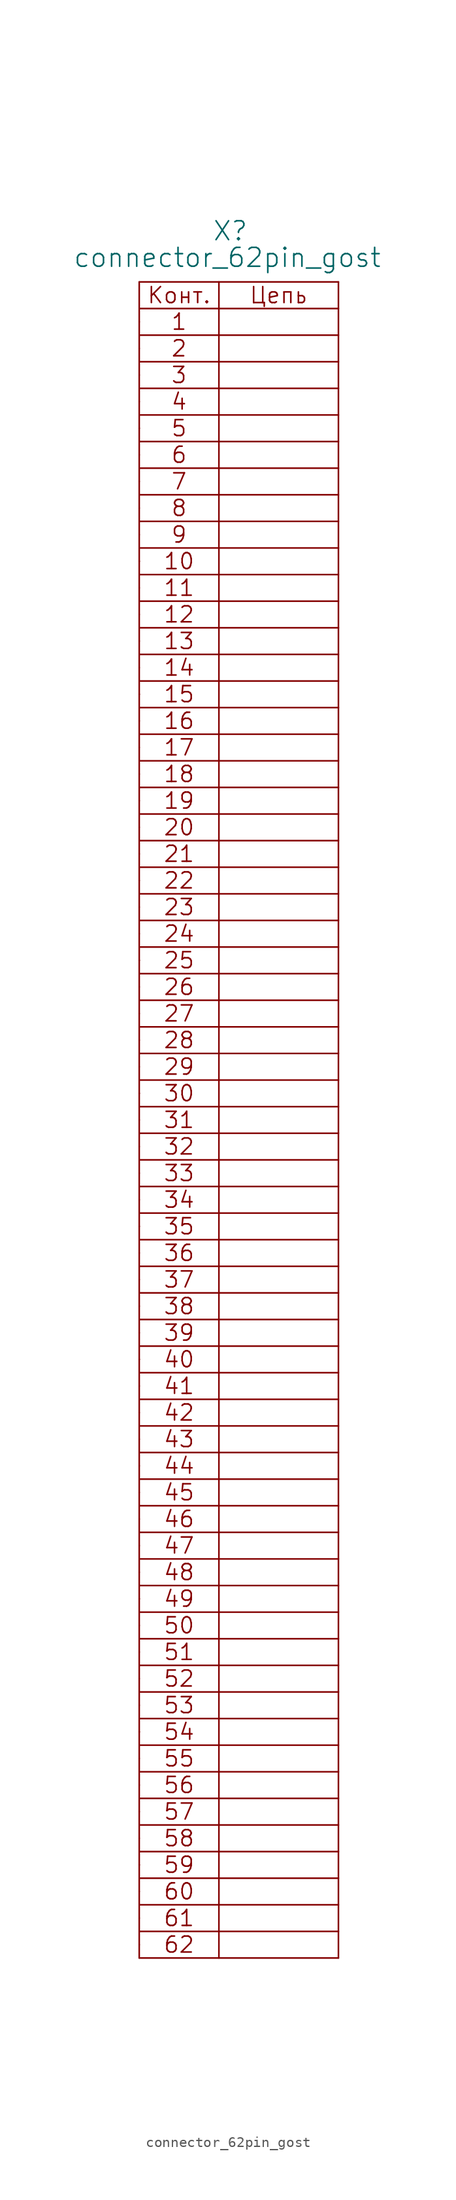
<source format=kicad_sym>
(kicad_symbol_lib
  (version 20211014)
  (generator kicad_symbol_editor)
  (symbol "connector_62pin_gost"
    (pin_numbers hide)
    (pin_names
      (offset 1.016) hide)
    (property "Reference" "X"
      (at 6.985 7.62 0)
      (effects (font (size 1.803 1.803)) (justify left bottom)))
    (property "Value" "connector_62pin_gost"
      (at -6.35 5.08 0)
      (effects (font (size 1.803 1.803)) (justify left bottom)))
    (property "Datasheet" ""
      (at 0 0 0)
      (effects (font (size 1.524 1.524))))
    (symbol "connector_62pin_gost_0_0"
      (polyline (pts (xy 0 -156.21) (xy 0 3.81)) (stroke (width 0) (type default) (color 0 0 0 0)) (fill (type none)))
      (polyline (pts (xy 0 -156.21) (xy 19.05 -156.21)) (stroke (width 0) (type default) (color 0 0 0 0)) (fill (type none)))
      (polyline (pts (xy 0 -153.67) (xy 19.05 -153.67)) (stroke (width 0) (type default) (color 0 0 0 0)) (fill (type none)))
      (polyline (pts (xy 0 -148.59) (xy 19.05 -148.59)) (stroke (width 0) (type default) (color 0 0 0 0)) (fill (type none)))
      (polyline (pts (xy 0 -147.32) (xy 0 -147.32)) (stroke (width 0) (type default) (color 0 0 0 0)) (fill (type none)))
      (polyline (pts (xy 0 -146.05) (xy 19.05 -146.05)) (stroke (width 0) (type default) (color 0 0 0 0)) (fill (type none)))
      (polyline (pts (xy 0 -143.51) (xy 19.05 -143.51)) (stroke (width 0) (type default) (color 0 0 0 0)) (fill (type none)))
      (polyline (pts (xy 0 -140.97) (xy 19.05 -140.97)) (stroke (width 0) (type default) (color 0 0 0 0)) (fill (type none)))
      (polyline (pts (xy 0 -135.89) (xy 19.05 -135.89)) (stroke (width 0) (type default) (color 0 0 0 0)) (fill (type none)))
      (polyline (pts (xy 0 -134.62) (xy 0 -134.62)) (stroke (width 0) (type default) (color 0 0 0 0)) (fill (type none)))
      (polyline (pts (xy 0 -133.35) (xy 19.05 -133.35)) (stroke (width 0) (type default) (color 0 0 0 0)) (fill (type none)))
      (polyline (pts (xy 0 -130.81) (xy 19.05 -130.81)) (stroke (width 0) (type default) (color 0 0 0 0)) (fill (type none)))
      (polyline (pts (xy 0 -128.27) (xy 19.05 -128.27)) (stroke (width 0) (type default) (color 0 0 0 0)) (fill (type none)))
      (polyline (pts (xy 0 -123.19) (xy 19.05 -123.19)) (stroke (width 0) (type default) (color 0 0 0 0)) (fill (type none)))
      (polyline (pts (xy 0 -121.92) (xy 0 -121.92)) (stroke (width 0) (type default) (color 0 0 0 0)) (fill (type none)))
      (polyline (pts (xy 0 -120.65) (xy 19.05 -120.65)) (stroke (width 0) (type default) (color 0 0 0 0)) (fill (type none)))
      (polyline (pts (xy 0 -118.11) (xy 19.05 -118.11)) (stroke (width 0) (type default) (color 0 0 0 0)) (fill (type none)))
      (polyline (pts (xy 0 -115.57) (xy 19.05 -115.57)) (stroke (width 0) (type default) (color 0 0 0 0)) (fill (type none)))
      (polyline (pts (xy 0 -107.95) (xy 19.05 -107.95)) (stroke (width 0) (type default) (color 0 0 0 0)) (fill (type none)))
      (polyline (pts (xy 0 -105.41) (xy 19.05 -105.41)) (stroke (width 0) (type default) (color 0 0 0 0)) (fill (type none)))
      (polyline (pts (xy 0 -102.87) (xy 19.05 -102.87)) (stroke (width 0) (type default) (color 0 0 0 0)) (fill (type none)))
      (polyline (pts (xy 0 -100.33) (xy 19.05 -100.33)) (stroke (width 0) (type default) (color 0 0 0 0)) (fill (type none)))
      (polyline (pts (xy 0 -99.06) (xy 0 -99.06)) (stroke (width 0) (type default) (color 0 0 0 0)) (fill (type none)))
      (polyline (pts (xy 0 -97.79) (xy 19.05 -97.79)) (stroke (width 0) (type default) (color 0 0 0 0)) (fill (type none)))
      (polyline (pts (xy 0 -95.25) (xy 19.05 -95.25)) (stroke (width 0) (type default) (color 0 0 0 0)) (fill (type none)))
      (polyline (pts (xy 0 -92.71) (xy 19.05 -92.71)) (stroke (width 0) (type default) (color 0 0 0 0)) (fill (type none)))
      (polyline (pts (xy 0 -87.63) (xy 19.05 -87.63)) (stroke (width 0) (type default) (color 0 0 0 0)) (fill (type none)))
      (polyline (pts (xy 0 -86.36) (xy 0 -86.36)) (stroke (width 0) (type default) (color 0 0 0 0)) (fill (type none)))
      (polyline (pts (xy 0 -85.09) (xy 19.05 -85.09)) (stroke (width 0) (type default) (color 0 0 0 0)) (fill (type none)))
      (polyline (pts (xy 0 -82.55) (xy 19.05 -82.55)) (stroke (width 0) (type default) (color 0 0 0 0)) (fill (type none)))
      (polyline (pts (xy 0 -80.01) (xy 19.05 -80.01)) (stroke (width 0) (type default) (color 0 0 0 0)) (fill (type none)))
      (polyline (pts (xy 0 -74.93) (xy 19.05 -74.93)) (stroke (width 0) (type default) (color 0 0 0 0)) (fill (type none)))
      (polyline (pts (xy 0 -73.66) (xy 0 -73.66)) (stroke (width 0) (type default) (color 0 0 0 0)) (fill (type none)))
      (polyline (pts (xy 0 -72.39) (xy 19.05 -72.39)) (stroke (width 0) (type default) (color 0 0 0 0)) (fill (type none)))
      (polyline (pts (xy 0 -69.85) (xy 19.05 -69.85)) (stroke (width 0) (type default) (color 0 0 0 0)) (fill (type none)))
      (polyline (pts (xy 0 -67.31) (xy 19.05 -67.31)) (stroke (width 0) (type default) (color 0 0 0 0)) (fill (type none)))
      (polyline (pts (xy 0 -62.23) (xy 19.05 -62.23)) (stroke (width 0) (type default) (color 0 0 0 0)) (fill (type none)))
      (polyline (pts (xy 0 -60.96) (xy 0 -60.96)) (stroke (width 0) (type default) (color 0 0 0 0)) (fill (type none)))
      (polyline (pts (xy 0 -59.69) (xy 19.05 -59.69)) (stroke (width 0) (type default) (color 0 0 0 0)) (fill (type none)))
      (polyline (pts (xy 0 -57.15) (xy 19.05 -57.15)) (stroke (width 0) (type default) (color 0 0 0 0)) (fill (type none)))
      (polyline (pts (xy 0 -54.61) (xy 19.05 -54.61)) (stroke (width 0) (type default) (color 0 0 0 0)) (fill (type none)))
      (polyline (pts (xy 0 -49.53) (xy 19.05 -49.53)) (stroke (width 0) (type default) (color 0 0 0 0)) (fill (type none)))
      (polyline (pts (xy 0 -46.99) (xy 19.05 -46.99)) (stroke (width 0) (type default) (color 0 0 0 0)) (fill (type none)))
      (polyline (pts (xy 0 -44.45) (xy 19.05 -44.45)) (stroke (width 0) (type default) (color 0 0 0 0)) (fill (type none)))
      (polyline (pts (xy 0 -41.91) (xy 19.05 -41.91)) (stroke (width 0) (type default) (color 0 0 0 0)) (fill (type none)))
      (polyline (pts (xy 0 -36.83) (xy 19.05 -36.83)) (stroke (width 0) (type default) (color 0 0 0 0)) (fill (type none)))
      (polyline (pts (xy 0 -35.56) (xy 0 -35.56)) (stroke (width 0) (type default) (color 0 0 0 0)) (fill (type none)))
      (polyline (pts (xy 0 -34.29) (xy 19.05 -34.29)) (stroke (width 0) (type default) (color 0 0 0 0)) (fill (type none)))
      (polyline (pts (xy 0 -31.75) (xy 19.05 -31.75)) (stroke (width 0) (type default) (color 0 0 0 0)) (fill (type none)))
      (polyline (pts (xy 0 -29.21) (xy 19.05 -29.21)) (stroke (width 0) (type default) (color 0 0 0 0)) (fill (type none)))
      (polyline (pts (xy 0 -24.13) (xy 19.05 -24.13)) (stroke (width 0) (type default) (color 0 0 0 0)) (fill (type none)))
      (polyline (pts (xy 0 -22.86) (xy 0 -22.86)) (stroke (width 0) (type default) (color 0 0 0 0)) (fill (type none)))
      (polyline (pts (xy 0 -21.59) (xy 19.05 -21.59)) (stroke (width 0) (type default) (color 0 0 0 0)) (fill (type none)))
      (polyline (pts (xy 0 -19.05) (xy 19.05 -19.05)) (stroke (width 0) (type default) (color 0 0 0 0)) (fill (type none)))
      (polyline (pts (xy 0 -16.51) (xy 19.05 -16.51)) (stroke (width 0) (type default) (color 0 0 0 0)) (fill (type none)))
      (polyline (pts (xy 0 -11.43) (xy 19.05 -11.43)) (stroke (width 0) (type default) (color 0 0 0 0)) (fill (type none)))
      (polyline (pts (xy 0 -10.16) (xy 0 -10.16)) (stroke (width 0) (type default) (color 0 0 0 0)) (fill (type none)))
      (polyline (pts (xy 0 -8.89) (xy 19.05 -8.89)) (stroke (width 0) (type default) (color 0 0 0 0)) (fill (type none)))
      (polyline (pts (xy 0 -6.35) (xy 19.05 -6.35)) (stroke (width 0) (type default) (color 0 0 0 0)) (fill (type none)))
      (polyline (pts (xy 0 -3.81) (xy 19.05 -3.81)) (stroke (width 0) (type default) (color 0 0 0 0)) (fill (type none)))
      (polyline (pts (xy 0 1.27) (xy 19.05 1.27)) (stroke (width 0) (type default) (color 0 0 0 0)) (fill (type none)))
      (polyline (pts (xy 19.05 -151.13) (xy 0 -151.13)) (stroke (width 0) (type default) (color 0 0 0 0)) (fill (type none)))
      (polyline (pts (xy 19.05 -138.43) (xy 0 -138.43)) (stroke (width 0) (type default) (color 0 0 0 0)) (fill (type none)))
      (polyline (pts (xy 19.05 -125.73) (xy 0 -125.73)) (stroke (width 0) (type default) (color 0 0 0 0)) (fill (type none)))
      (polyline (pts (xy 19.05 -113.03) (xy 0 -113.03)) (stroke (width 0) (type default) (color 0 0 0 0)) (fill (type none)))
      (polyline (pts (xy 19.05 -90.17) (xy 0 -90.17)) (stroke (width 0) (type default) (color 0 0 0 0)) (fill (type none)))
      (polyline (pts (xy 19.05 -77.47) (xy 0 -77.47)) (stroke (width 0) (type default) (color 0 0 0 0)) (fill (type none)))
      (polyline (pts (xy 19.05 -64.77) (xy 0 -64.77)) (stroke (width 0) (type default) (color 0 0 0 0)) (fill (type none)))
      (polyline (pts (xy 19.05 -52.07) (xy 0 -52.07)) (stroke (width 0) (type default) (color 0 0 0 0)) (fill (type none)))
      (polyline (pts (xy 19.05 -39.37) (xy 0 -39.37)) (stroke (width 0) (type default) (color 0 0 0 0)) (fill (type none)))
      (polyline (pts (xy 19.05 -26.67) (xy 0 -26.67)) (stroke (width 0) (type default) (color 0 0 0 0)) (fill (type none)))
      (polyline (pts (xy 19.05 -13.97) (xy 0 -13.97)) (stroke (width 0) (type default) (color 0 0 0 0)) (fill (type none)))
      (polyline (pts (xy 19.05 -1.27) (xy 0 -1.27)) (stroke (width 0) (type default) (color 0 0 0 0)) (fill (type none)))
      (text "1" (at 3.81 0 0) (effects (font (size 1.524 1.524))))
      (text "10" (at 3.81 -22.86 0) (effects (font (size 1.524 1.524))))
      (text "11" (at 3.81 -25.4 0) (effects (font (size 1.524 1.524))))
      (text "12" (at 3.81 -27.94 0) (effects (font (size 1.524 1.524))))
      (text "13" (at 3.81 -30.48 0) (effects (font (size 1.524 1.524))))
      (text "14" (at 3.81 -33.02 0) (effects (font (size 1.524 1.524))))
      (text "15" (at 3.81 -35.56 0) (effects (font (size 1.524 1.524))))
      (text "16" (at 3.81 -38.1 0) (effects (font (size 1.524 1.524))))
      (text "17" (at 3.81 -40.64 0) (effects (font (size 1.524 1.524))))
      (text "18" (at 3.81 -43.18 0) (effects (font (size 1.524 1.524))))
      (text "19" (at 3.81 -45.72 0) (effects (font (size 1.524 1.524))))
      (text "2" (at 3.81 -2.54 0) (effects (font (size 1.524 1.524))))
      (text "20" (at 3.81 -48.26 0) (effects (font (size 1.524 1.524))))
      (text "21" (at 3.81 -50.8 0) (effects (font (size 1.524 1.524))))
      (text "22" (at 3.81 -53.34 0) (effects (font (size 1.524 1.524))))
      (text "23" (at 3.81 -55.88 0) (effects (font (size 1.524 1.524))))
      (text "24" (at 3.81 -58.42 0) (effects (font (size 1.524 1.524))))
      (text "25" (at 3.81 -60.96 0) (effects (font (size 1.524 1.524))))
      (text "26" (at 3.81 -63.5 0) (effects (font (size 1.524 1.524))))
      (text "27" (at 3.81 -66.04 0) (effects (font (size 1.524 1.524))))
      (text "28" (at 3.81 -68.58 0) (effects (font (size 1.524 1.524))))
      (text "29" (at 3.81 -71.12 0) (effects (font (size 1.524 1.524))))
      (text "3" (at 3.81 -5.08 0) (effects (font (size 1.524 1.524))))
      (text "30" (at 3.81 -73.66 0) (effects (font (size 1.524 1.524))))
      (text "31" (at 3.81 -76.2 0) (effects (font (size 1.524 1.524))))
      (text "32" (at 3.81 -78.74 0) (effects (font (size 1.524 1.524))))
      (text "33" (at 3.81 -81.28 0) (effects (font (size 1.524 1.524))))
      (text "34" (at 3.81 -83.82 0) (effects (font (size 1.524 1.524))))
      (text "35" (at 3.81 -86.36 0) (effects (font (size 1.524 1.524))))
      (text "36" (at 3.81 -88.9 0) (effects (font (size 1.524 1.524))))
      (text "37" (at 3.81 -91.44 0) (effects (font (size 1.524 1.524))))
      (text "38" (at 3.81 -93.98 0) (effects (font (size 1.524 1.524))))
      (text "39" (at 3.81 -96.52 0) (effects (font (size 1.524 1.524))))
      (text "4" (at 3.81 -7.62 0) (effects (font (size 1.524 1.524))))
      (text "40" (at 3.81 -99.06 0) (effects (font (size 1.524 1.524))))
      (text "41" (at 3.81 -101.6 0) (effects (font (size 1.524 1.524))))
      (text "42" (at 3.81 -104.14 0) (effects (font (size 1.524 1.524))))
      (text "43" (at 3.81 -106.68 0) (effects (font (size 1.524 1.524))))
      (text "44" (at 3.81 -109.22 0) (effects (font (size 1.524 1.524))))
      (text "45" (at 3.81 -111.76 0) (effects (font (size 1.524 1.524))))
      (text "46" (at 3.81 -114.3 0) (effects (font (size 1.524 1.524))))
      (text "47" (at 3.81 -116.84 0) (effects (font (size 1.524 1.524))))
      (text "48" (at 3.81 -119.38 0) (effects (font (size 1.524 1.524))))
      (text "49" (at 3.81 -121.92 0) (effects (font (size 1.524 1.524))))
      (text "5" (at 3.81 -10.16 0) (effects (font (size 1.524 1.524))))
      (text "50" (at 3.81 -124.46 0) (effects (font (size 1.524 1.524))))
      (text "51" (at 3.81 -127 0) (effects (font (size 1.524 1.524))))
      (text "52" (at 3.81 -129.54 0) (effects (font (size 1.524 1.524))))
      (text "53" (at 3.81 -132.08 0) (effects (font (size 1.524 1.524))))
      (text "54" (at 3.81 -134.62 0) (effects (font (size 1.524 1.524))))
      (text "55" (at 3.81 -137.16 0) (effects (font (size 1.524 1.524))))
      (text "56" (at 3.81 -139.7 0) (effects (font (size 1.524 1.524))))
      (text "57" (at 3.81 -142.24 0) (effects (font (size 1.524 1.524))))
      (text "58" (at 3.81 -144.78 0) (effects (font (size 1.524 1.524))))
      (text "59" (at 3.81 -147.32 0) (effects (font (size 1.524 1.524))))
      (text "6" (at 3.81 -12.7 0) (effects (font (size 1.524 1.524))))
      (text "60" (at 3.81 -149.86 0) (effects (font (size 1.524 1.524))))
      (text "61" (at 3.81 -152.4 0) (effects (font (size 1.524 1.524))))
      (text "62" (at 3.81 -154.94 0) (effects (font (size 1.524 1.524))))
      (text "7" (at 3.81 -15.24 0) (effects (font (size 1.524 1.524))))
      (text "8" (at 3.81 -17.78 0) (effects (font (size 1.524 1.524))))
      (text "9" (at 3.81 -20.32 0) (effects (font (size 1.524 1.524))))
      (text "Конт." (at 3.81 2.54 0) (effects (font (size 1.524 1.524))))
      (text "Цепь" (at 13.335 2.54 0) (effects (font (size 1.524 1.524)))))
    (symbol "connector_62pin_gost_0_1"
      (polyline (pts (xy 0 -110.49) (xy 19.05 -110.49)) (stroke (width 0) (type default) (color 0 0 0 0)) (fill (type none)))
      (polyline (pts (xy 0 3.81) (xy 19.05 3.81)) (stroke (width 0) (type default) (color 0 0 0 0)) (fill (type none)))
      (polyline (pts (xy 7.62 3.81) (xy 7.62 -156.21)) (stroke (width 0) (type default) (color 0 0 0 0)) (fill (type none)))
      (polyline (pts (xy 19.05 -156.21) (xy 19.05 3.81)) (stroke (width 0) (type default) (color 0 0 0 0)) (fill (type none))))
    (symbol "connector_62pin_gost_1_1"
      (pin passive line (at 0 -111.76 0) (length 0) (name "~" (effects (font (size 1.549 1.549)))) (number "1" (effects (font (size 1.549 1.549)))))
      (pin passive line (at 0 0 0) (length 0) (name "~" (effects (font (size 1.549 1.549)))) (number "1" (effects (font (size 1.549 1.549)))))
      (pin passive line (at 0 -134.62 0) (length 0) (name "~" (effects (font (size 1.549 1.549)))) (number "10" (effects (font (size 1.549 1.549)))))
      (pin passive line (at 0 -22.86 0) (length 0) (name "~" (effects (font (size 1.549 1.549)))) (number "10" (effects (font (size 1.549 1.549)))))
      (pin passive line (at 0 -137.16 0) (length 0) (name "~" (effects (font (size 1.549 1.549)))) (number "11" (effects (font (size 1.549 1.549)))))
      (pin passive line (at 0 -25.4 0) (length 0) (name "~" (effects (font (size 1.549 1.549)))) (number "11" (effects (font (size 1.549 1.549)))))
      (pin passive line (at 0 -139.7 0) (length 0) (name "~" (effects (font (size 1.549 1.549)))) (number "12" (effects (font (size 1.549 1.549)))))
      (pin passive line (at 0 -27.94 0) (length 0) (name "~" (effects (font (size 1.549 1.549)))) (number "12" (effects (font (size 1.549 1.549)))))
      (pin passive line (at 0 -142.24 0) (length 0) (name "~" (effects (font (size 1.549 1.549)))) (number "13" (effects (font (size 1.549 1.549)))))
      (pin passive line (at 0 -30.48 0) (length 0) (name "~" (effects (font (size 1.549 1.549)))) (number "13" (effects (font (size 1.549 1.549)))))
      (pin passive line (at 0 -144.78 0) (length 0) (name "~" (effects (font (size 1.549 1.549)))) (number "14" (effects (font (size 1.549 1.549)))))
      (pin passive line (at 0 -33.02 0) (length 0) (name "~" (effects (font (size 1.549 1.549)))) (number "14" (effects (font (size 1.549 1.549)))))
      (pin passive line (at 0 -147.32 0) (length 0) (name "~" (effects (font (size 1.549 1.549)))) (number "15" (effects (font (size 1.549 1.549)))))
      (pin passive line (at 0 -35.56 0) (length 0) (name "~" (effects (font (size 1.549 1.549)))) (number "15" (effects (font (size 1.549 1.549)))))
      (pin passive line (at 0 -149.86 0) (length 0) (name "~" (effects (font (size 1.549 1.549)))) (number "16" (effects (font (size 1.549 1.549)))))
      (pin passive line (at 0 -38.1 0) (length 0) (name "~" (effects (font (size 1.549 1.549)))) (number "16" (effects (font (size 1.549 1.549)))))
      (pin passive line (at 0 -152.4 0) (length 0) (name "~" (effects (font (size 1.549 1.549)))) (number "17" (effects (font (size 1.549 1.549)))))
      (pin passive line (at 0 -40.64 0) (length 0) (name "~" (effects (font (size 1.549 1.549)))) (number "17" (effects (font (size 1.549 1.549)))))
      (pin passive line (at 0 -154.94 0) (length 0) (name "~" (effects (font (size 1.549 1.549)))) (number "18" (effects (font (size 1.549 1.549)))))
      (pin passive line (at 0 -43.18 0) (length 0) (name "~" (effects (font (size 1.549 1.549)))) (number "18" (effects (font (size 1.549 1.549)))))
      (pin passive line (at 0 -45.72 0) (length 0) (name "~" (effects (font (size 1.549 1.549)))) (number "19" (effects (font (size 1.549 1.549)))))
      (pin passive line (at 0 -114.3 0) (length 0) (name "~" (effects (font (size 1.549 1.549)))) (number "2" (effects (font (size 1.549 1.549)))))
      (pin passive line (at 0 -2.54 0) (length 0) (name "~" (effects (font (size 1.549 1.549)))) (number "2" (effects (font (size 1.549 1.549)))))
      (pin passive line (at 0 -48.26 0) (length 0) (name "~" (effects (font (size 1.549 1.549)))) (number "20" (effects (font (size 1.549 1.549)))))
      (pin passive line (at 0 -50.8 0) (length 0) (name "~" (effects (font (size 1.549 1.549)))) (number "21" (effects (font (size 1.549 1.549)))))
      (pin passive line (at 0 -53.34 0) (length 0) (name "~" (effects (font (size 1.549 1.549)))) (number "22" (effects (font (size 1.549 1.549)))))
      (pin passive line (at 0 -55.88 0) (length 0) (name "~" (effects (font (size 1.549 1.549)))) (number "23" (effects (font (size 1.549 1.549)))))
      (pin passive line (at 0 -58.42 0) (length 0) (name "~" (effects (font (size 1.549 1.549)))) (number "24" (effects (font (size 1.549 1.549)))))
      (pin passive line (at 0 -60.96 0) (length 0) (name "~" (effects (font (size 1.549 1.549)))) (number "25" (effects (font (size 1.549 1.549)))))
      (pin passive line (at 0 -63.5 0) (length 0) (name "~" (effects (font (size 1.549 1.549)))) (number "26" (effects (font (size 1.549 1.549)))))
      (pin passive line (at 0 -66.04 0) (length 0) (name "~" (effects (font (size 1.549 1.549)))) (number "27" (effects (font (size 1.549 1.549)))))
      (pin passive line (at 0 -68.58 0) (length 0) (name "~" (effects (font (size 1.549 1.549)))) (number "28" (effects (font (size 1.549 1.549)))))
      (pin passive line (at 0 -71.12 0) (length 0) (name "~" (effects (font (size 1.549 1.549)))) (number "29" (effects (font (size 1.549 1.549)))))
      (pin passive line (at 0 -116.84 0) (length 0) (name "~" (effects (font (size 1.549 1.549)))) (number "3" (effects (font (size 1.549 1.549)))))
      (pin passive line (at 0 -5.08 0) (length 0) (name "~" (effects (font (size 1.549 1.549)))) (number "3" (effects (font (size 1.549 1.549)))))
      (pin passive line (at 0 -73.66 0) (length 0) (name "~" (effects (font (size 1.549 1.549)))) (number "30" (effects (font (size 1.549 1.549)))))
      (pin passive line (at 0 -76.2 0) (length 0) (name "~" (effects (font (size 1.549 1.549)))) (number "31" (effects (font (size 1.549 1.549)))))
      (pin passive line (at 0 -78.74 0) (length 0) (name "~" (effects (font (size 1.549 1.549)))) (number "32" (effects (font (size 1.549 1.549)))))
      (pin passive line (at 0 -81.28 0) (length 0) (name "~" (effects (font (size 1.549 1.549)))) (number "33" (effects (font (size 1.549 1.549)))))
      (pin passive line (at 0 -83.82 0) (length 0) (name "~" (effects (font (size 1.549 1.549)))) (number "34" (effects (font (size 1.549 1.549)))))
      (pin passive line (at 0 -86.36 0) (length 0) (name "~" (effects (font (size 1.549 1.549)))) (number "35" (effects (font (size 1.549 1.549)))))
      (pin passive line (at 0 -88.9 0) (length 0) (name "~" (effects (font (size 1.549 1.549)))) (number "36" (effects (font (size 1.549 1.549)))))
      (pin passive line (at 0 -91.44 0) (length 0) (name "~" (effects (font (size 1.549 1.549)))) (number "37" (effects (font (size 1.549 1.549)))))
      (pin passive line (at 0 -93.98 0) (length 0) (name "~" (effects (font (size 1.549 1.549)))) (number "38" (effects (font (size 1.549 1.549)))))
      (pin passive line (at 0 -96.52 0) (length 0) (name "~" (effects (font (size 1.549 1.549)))) (number "39" (effects (font (size 1.549 1.549)))))
      (pin passive line (at 0 -119.38 0) (length 0) (name "~" (effects (font (size 1.549 1.549)))) (number "4" (effects (font (size 1.549 1.549)))))
      (pin passive line (at 0 -7.62 0) (length 0) (name "~" (effects (font (size 1.549 1.549)))) (number "4" (effects (font (size 1.549 1.549)))))
      (pin passive line (at 0 -99.06 0) (length 0) (name "~" (effects (font (size 1.549 1.549)))) (number "40" (effects (font (size 1.549 1.549)))))
      (pin passive line (at 0 -101.6 0) (length 0) (name "~" (effects (font (size 1.549 1.549)))) (number "41" (effects (font (size 1.549 1.549)))))
      (pin passive line (at 0 -104.14 0) (length 0) (name "~" (effects (font (size 1.549 1.549)))) (number "42" (effects (font (size 1.549 1.549)))))
      (pin passive line (at 0 -106.68 0) (length 0) (name "~" (effects (font (size 1.549 1.549)))) (number "43" (effects (font (size 1.549 1.549)))))
      (pin passive line (at 0 -109.22 0) (length 0) (name "~" (effects (font (size 1.549 1.549)))) (number "44" (effects (font (size 1.549 1.549)))))
      (pin passive line (at 0 -121.92 0) (length 0) (name "~" (effects (font (size 1.549 1.549)))) (number "5" (effects (font (size 1.549 1.549)))))
      (pin passive line (at 0 -10.16 0) (length 0) (name "~" (effects (font (size 1.549 1.549)))) (number "5" (effects (font (size 1.549 1.549)))))
      (pin passive line (at 0 -124.46 0) (length 0) (name "~" (effects (font (size 1.549 1.549)))) (number "6" (effects (font (size 1.549 1.549)))))
      (pin passive line (at 0 -12.7 0) (length 0) (name "~" (effects (font (size 1.549 1.549)))) (number "6" (effects (font (size 1.549 1.549)))))
      (pin passive line (at 0 -127 0) (length 0) (name "~" (effects (font (size 1.549 1.549)))) (number "7" (effects (font (size 1.549 1.549)))))
      (pin passive line (at 0 -15.24 0) (length 0) (name "~" (effects (font (size 1.549 1.549)))) (number "7" (effects (font (size 1.549 1.549)))))
      (pin passive line (at 0 -129.54 0) (length 0) (name "~" (effects (font (size 1.549 1.549)))) (number "8" (effects (font (size 1.549 1.549)))))
      (pin passive line (at 0 -17.78 0) (length 0) (name "~" (effects (font (size 1.549 1.549)))) (number "8" (effects (font (size 1.549 1.549)))))
      (pin passive line (at 0 -132.08 0) (length 0) (name "~" (effects (font (size 1.549 1.549)))) (number "9" (effects (font (size 1.549 1.549)))))
      (pin passive line (at 0 -20.32 0) (length 0) (name "~" (effects (font (size 1.549 1.549)))) (number "9" (effects (font (size 1.549 1.549))))))))
</source>
